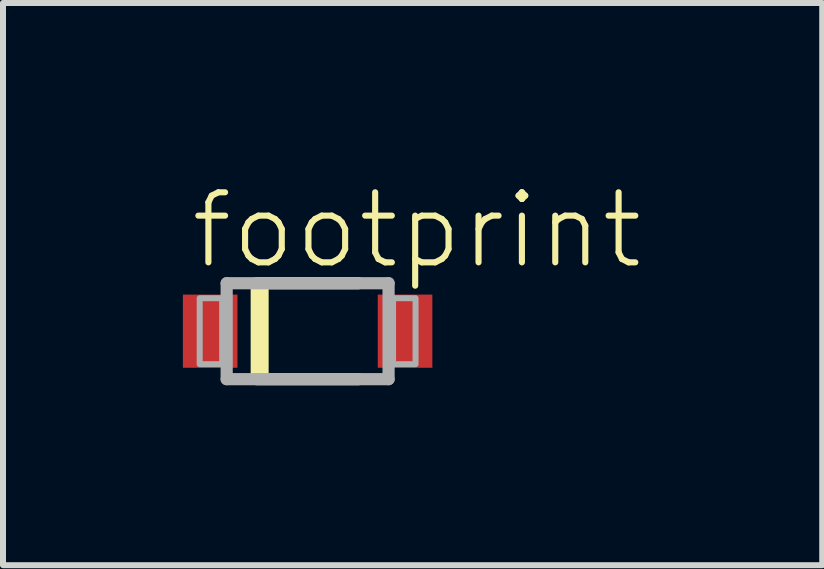
<source format=kicad_pcb>
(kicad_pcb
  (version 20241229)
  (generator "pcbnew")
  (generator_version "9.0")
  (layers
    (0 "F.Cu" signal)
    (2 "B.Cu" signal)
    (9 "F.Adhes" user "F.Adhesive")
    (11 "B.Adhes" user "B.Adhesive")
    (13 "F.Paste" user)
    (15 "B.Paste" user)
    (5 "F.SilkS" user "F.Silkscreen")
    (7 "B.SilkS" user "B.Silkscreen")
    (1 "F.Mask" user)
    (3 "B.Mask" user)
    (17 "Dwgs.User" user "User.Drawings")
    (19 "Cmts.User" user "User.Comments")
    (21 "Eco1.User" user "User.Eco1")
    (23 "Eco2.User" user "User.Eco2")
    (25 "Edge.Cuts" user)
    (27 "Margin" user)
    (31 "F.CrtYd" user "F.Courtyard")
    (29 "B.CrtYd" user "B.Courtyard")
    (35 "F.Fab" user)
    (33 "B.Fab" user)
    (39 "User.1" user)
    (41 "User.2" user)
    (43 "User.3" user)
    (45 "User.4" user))
  (footprint "footprint"
    (layer "F.Cu")
    (at 2.08 2.473)
    (property "Reference" "footprint" (at -2 -1 0) (layer "F.SilkS") (effects (font (size 1.168 1.168) (thickness 0.102)) (justify left bottom)))
    (fp_line (start -0.85 -0.8) (end 0.85 -0.8) (stroke (width 0.203) (type solid)) (layer "F.SilkS"))
    (fp_line (start 0.85 0.8) (end -0.85 0.8) (stroke (width 0.203) (type solid)) (layer "F.SilkS"))
    (fp_poly (pts (xy -0.95 0.775) (xy -0.65 0.775) (xy -0.65 -0.8) (xy -0.95 -0.8)) (stroke (width 0) (type solid)) (fill yes) (layer "F.SilkS"))
    (fp_line (start -1.35 -0.8) (end 1.35 -0.8) (stroke (width 0.203) (type solid)) (layer "F.Fab"))
    (fp_line (start -1.35 0.8) (end -1.35 -0.8) (stroke (width 0.203) (type solid)) (layer "F.Fab"))
    (fp_line (start 1.35 -0.8) (end 1.35 0.8) (stroke (width 0.203) (type solid)) (layer "F.Fab"))
    (fp_line (start 1.35 0.8) (end -1.35 0.8) (stroke (width 0.203) (type solid)) (layer "F.Fab"))
    (fp_poly (pts (xy -1.8 0.55) (xy -1.425 0.55) (xy -1.425 -0.55) (xy -1.8 -0.55)) (stroke (width 0.1) (type solid)) (fill no) (layer "F.Fab"))
    (fp_poly (pts (xy 1.8 -0.55) (xy 1.425 -0.55) (xy 1.425 0.55) (xy 1.8 0.55)) (stroke (width 0.1) (type solid)) (fill no) (layer "F.Fab"))
    (pad "A" smd rect (at 1.625 0) (size 0.91 1.22) (layers "F.Cu" "F.Mask" "F.Paste"))
    (pad "C" smd rect (at -1.625 0 180) (size 0.91 1.22) (layers "F.Cu" "F.Mask" "F.Paste")))
  (gr_rect
    (start -3 -3)
    (end 10.662 6.375)
    (stroke (width 0.1) (type default))
    (fill no)
    (layer "Edge.Cuts")))
</source>
